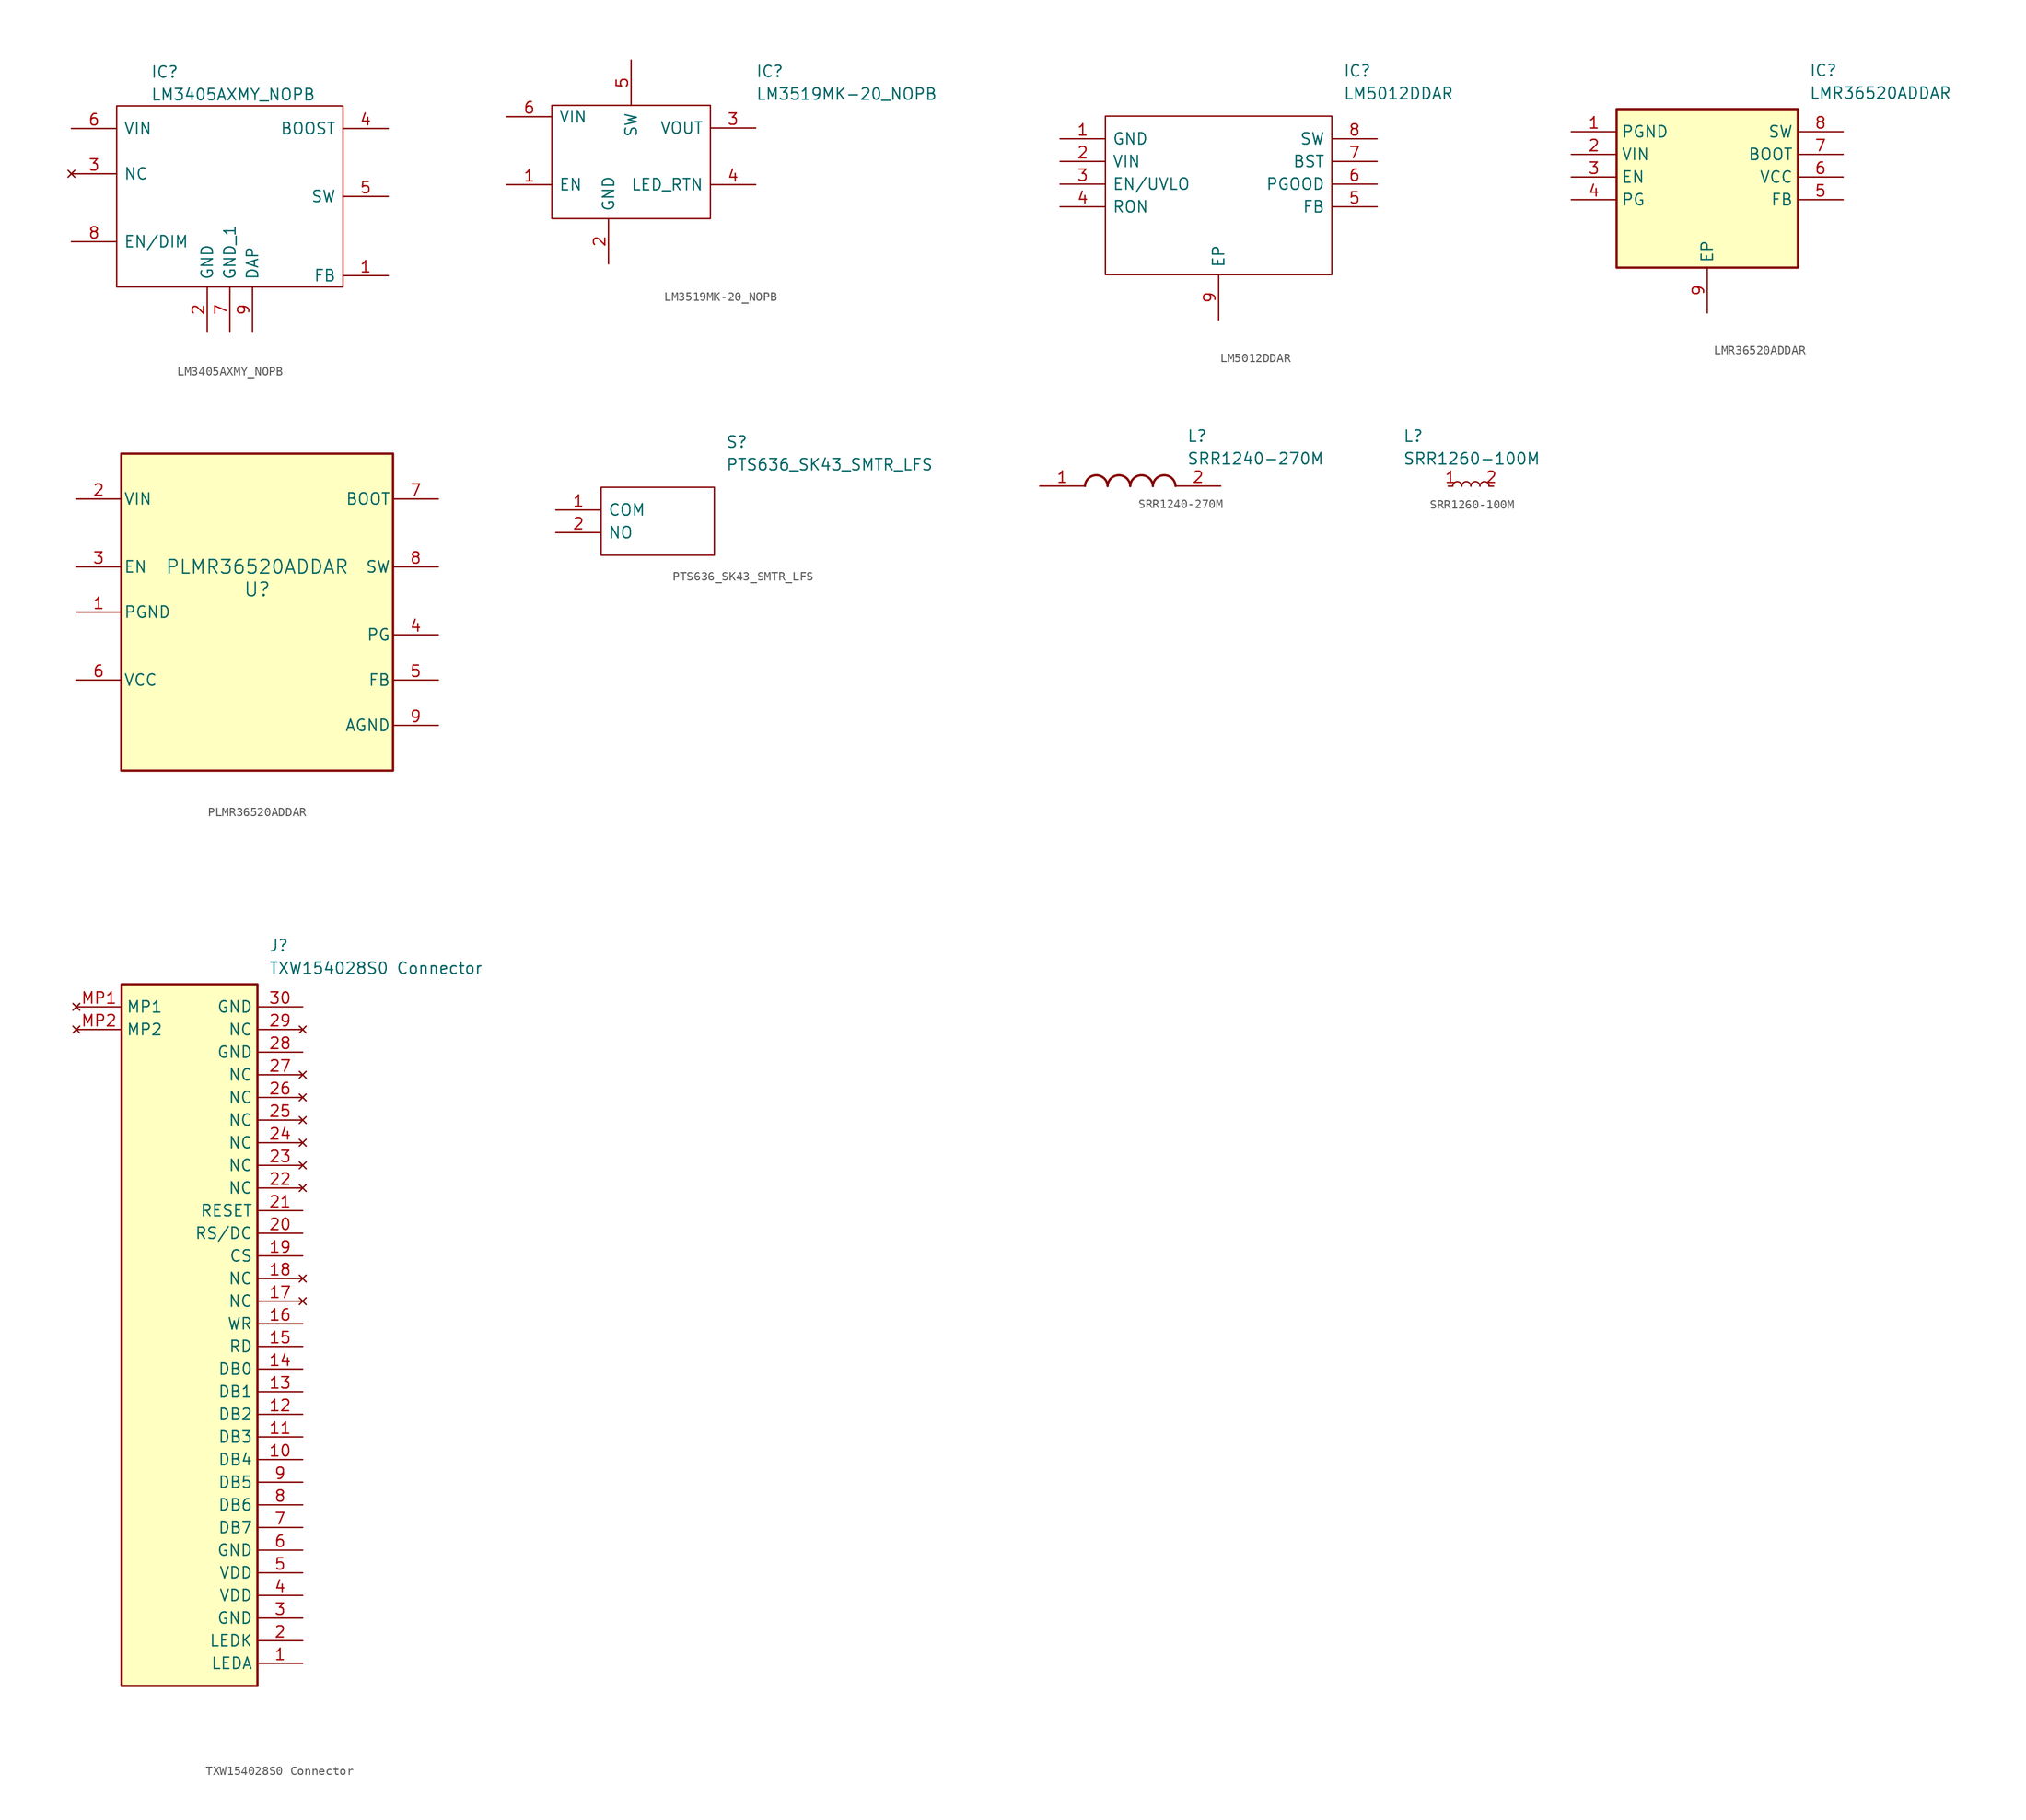
<source format=kicad_sym>
(kicad_symbol_lib
  (version 20220914)
  (generator kicad_symbol_editor)
  (symbol "LM3405AXMY_NOPB"
    (pin_names
      (offset 0.762))
    (property "Reference" "IC"
      (at -8.89 13.97 0)
      (effects (font (size 1.27 1.27)) (justify left)))
    (property "Value" "LM3405AXMY_NOPB"
      (at -8.89 11.43 0)
      (effects (font (size 1.27 1.27)) (justify left)))
    (symbol "LM3405AXMY_NOPB_0_0"
      (pin passive line (at 17.78 -8.89 180) (length 5.08) (name "FB" (effects (font (size 1.27 1.27)))) (number "1" (effects (font (size 1.27 1.27)))))
      (pin power_in line (at -2.54 -15.24 90) (length 5.08) (name "GND" (effects (font (size 1.27 1.27)))) (number "2" (effects (font (size 1.27 1.27)))))
      (pin no_connect line (at -17.78 2.54 0) (length 5.08) (name "NC" (effects (font (size 1.27 1.27)))) (number "3" (effects (font (size 1.27 1.27)))))
      (pin passive line (at 17.78 7.62 180) (length 5.08) (name "BOOST" (effects (font (size 1.27 1.27)))) (number "4" (effects (font (size 1.27 1.27)))))
      (pin passive line (at 17.78 0 180) (length 5.08) (name "SW" (effects (font (size 1.27 1.27)))) (number "5" (effects (font (size 1.27 1.27)))))
      (pin input line (at -17.78 7.62 0) (length 5.08) (name "VIN" (effects (font (size 1.27 1.27)))) (number "6" (effects (font (size 1.27 1.27)))))
      (pin power_in line (at 0 -15.24 90) (length 5.08) (name "GND_1" (effects (font (size 1.27 1.27)))) (number "7" (effects (font (size 1.27 1.27)))))
      (pin passive line (at -17.78 -5.08 0) (length 5.08) (name "EN/DIM" (effects (font (size 1.27 1.27)))) (number "8" (effects (font (size 1.27 1.27)))))
      (pin passive line (at 2.54 -15.24 90) (length 5.08) (name "DAP" (effects (font (size 1.27 1.27)))) (number "9" (effects (font (size 1.27 1.27))))))
    (symbol "LM3405AXMY_NOPB_0_1"
      (polyline (pts (xy -12.7 10.16) (xy 12.7 10.16) (xy 12.7 -10.16) (xy -12.7 -10.16) (xy -12.7 10.16)) (stroke (width 0.152) (type solid)) (fill (type none)))))
  (symbol "LM3519MK-20_NOPB"
    (pin_names
      (offset 0.762))
    (property "Reference" "IC"
      (at 13.97 10.16 0)
      (effects (font (size 1.27 1.27)) (justify left)))
    (property "Value" "LM3519MK-20_NOPB"
      (at 13.97 7.62 0)
      (effects (font (size 1.27 1.27)) (justify left)))
    (symbol "LM3519MK-20_NOPB_0_0"
      (pin passive line (at -13.97 -2.54 0) (length 5.08) (name "EN" (effects (font (size 1.27 1.27)))) (number "1" (effects (font (size 1.27 1.27)))))
      (pin passive line (at -2.54 -11.43 90) (length 5.08) (name "GND" (effects (font (size 1.27 1.27)))) (number "2" (effects (font (size 1.27 1.27)))))
      (pin passive line (at 13.97 3.81 180) (length 5.08) (name "VOUT" (effects (font (size 1.27 1.27)))) (number "3" (effects (font (size 1.27 1.27)))))
      (pin passive line (at 13.97 -2.54 180) (length 5.08) (name "LED_RTN" (effects (font (size 1.27 1.27)))) (number "4" (effects (font (size 1.27 1.27)))))
      (pin passive line (at 0 11.43 270) (length 5.08) (name "SW" (effects (font (size 1.27 1.27)))) (number "5" (effects (font (size 1.27 1.27)))))
      (pin passive line (at -13.97 5.08 0) (length 5.08) (name "VIN" (effects (font (size 1.27 1.27)))) (number "6" (effects (font (size 1.27 1.27))))))
    (symbol "LM3519MK-20_NOPB_0_1"
      (rectangle (start -8.89 6.35) (end 8.89 -6.35) (stroke (width 0) (type default)) (fill (type none)))))
  (symbol "LM5012DDAR"
    (pin_names
      (offset 0.762))
    (property "Reference" "IC"
      (at 31.75 7.62 0)
      (effects (font (size 1.27 1.27)) (justify left)))
    (property "Value" "LM5012DDAR"
      (at 31.75 5.08 0)
      (effects (font (size 1.27 1.27)) (justify left)))
    (symbol "LM5012DDAR_0_0"
      (pin passive line (at 0 0 0) (length 5.08) (name "GND" (effects (font (size 1.27 1.27)))) (number "1" (effects (font (size 1.27 1.27)))))
      (pin passive line (at 0 -2.54 0) (length 5.08) (name "VIN" (effects (font (size 1.27 1.27)))) (number "2" (effects (font (size 1.27 1.27)))))
      (pin passive line (at 0 -5.08 0) (length 5.08) (name "EN/UVLO" (effects (font (size 1.27 1.27)))) (number "3" (effects (font (size 1.27 1.27)))))
      (pin passive line (at 0 -7.62 0) (length 5.08) (name "RON" (effects (font (size 1.27 1.27)))) (number "4" (effects (font (size 1.27 1.27)))))
      (pin passive line (at 35.56 -7.62 180) (length 5.08) (name "FB" (effects (font (size 1.27 1.27)))) (number "5" (effects (font (size 1.27 1.27)))))
      (pin passive line (at 35.56 -5.08 180) (length 5.08) (name "PGOOD" (effects (font (size 1.27 1.27)))) (number "6" (effects (font (size 1.27 1.27)))))
      (pin passive line (at 35.56 -2.54 180) (length 5.08) (name "BST" (effects (font (size 1.27 1.27)))) (number "7" (effects (font (size 1.27 1.27)))))
      (pin passive line (at 35.56 0 180) (length 5.08) (name "SW" (effects (font (size 1.27 1.27)))) (number "8" (effects (font (size 1.27 1.27)))))
      (pin passive line (at 17.78 -20.32 90) (length 5.08) (name "EP" (effects (font (size 1.27 1.27)))) (number "9" (effects (font (size 1.27 1.27))))))
    (symbol "LM5012DDAR_0_1"
      (polyline (pts (xy 5.08 2.54) (xy 30.48 2.54) (xy 30.48 -15.24) (xy 5.08 -15.24) (xy 5.08 2.54)) (stroke (width 0.152) (type solid)) (fill (type none)))))
  (symbol "LMR36520ADDAR"
    (property "Reference" "IC"
      (at 26.67 7.62 0)
      (effects (font (size 1.27 1.27)) (justify left top)))
    (property "Value" "LMR36520ADDAR"
      (at 26.67 5.08 0)
      (effects (font (size 1.27 1.27)) (justify left top)))
    (symbol "LMR36520ADDAR_1_1"
      (rectangle (start 5.08 2.54) (end 25.4 -15.24) (stroke (width 0.254) (type default)) (fill (type background)))
      (pin passive line (at 0 0 0) (length 5.08) (name "PGND" (effects (font (size 1.27 1.27)))) (number "1" (effects (font (size 1.27 1.27)))))
      (pin passive line (at 0 -2.54 0) (length 5.08) (name "VIN" (effects (font (size 1.27 1.27)))) (number "2" (effects (font (size 1.27 1.27)))))
      (pin passive line (at 0 -5.08 0) (length 5.08) (name "EN" (effects (font (size 1.27 1.27)))) (number "3" (effects (font (size 1.27 1.27)))))
      (pin passive line (at 0 -7.62 0) (length 5.08) (name "PG" (effects (font (size 1.27 1.27)))) (number "4" (effects (font (size 1.27 1.27)))))
      (pin passive line (at 30.48 -7.62 180) (length 5.08) (name "FB" (effects (font (size 1.27 1.27)))) (number "5" (effects (font (size 1.27 1.27)))))
      (pin passive line (at 30.48 -5.08 180) (length 5.08) (name "VCC" (effects (font (size 1.27 1.27)))) (number "6" (effects (font (size 1.27 1.27)))))
      (pin passive line (at 30.48 -2.54 180) (length 5.08) (name "BOOT" (effects (font (size 1.27 1.27)))) (number "7" (effects (font (size 1.27 1.27)))))
      (pin passive line (at 30.48 0 180) (length 5.08) (name "SW" (effects (font (size 1.27 1.27)))) (number "8" (effects (font (size 1.27 1.27)))))
      (pin passive line (at 15.24 -20.32 90) (length 5.08) (name "EP" (effects (font (size 1.27 1.27)))) (number "9" (effects (font (size 1.27 1.27)))))))
  (symbol "PLMR36520ADDAR"
    (pin_names
      (offset 0.254))
    (property "Reference" "U"
      (at 0 2.54 0)
      (effects (font (size 1.524 1.524))))
    (property "Value" "PLMR36520ADDAR"
      (at 0 5.08 0)
      (effects (font (size 1.524 1.524))))
    (symbol "PLMR36520ADDAR_0_1"
      (pin power_in line (at -20.32 0 0) (length 5.08) (name "PGND" (effects (font (size 1.27 1.27)))) (number "1" (effects (font (size 1.27 1.27)))))
      (pin power_in line (at -20.32 12.7 0) (length 5.08) (name "VIN" (effects (font (size 1.27 1.27)))) (number "2" (effects (font (size 1.27 1.27)))))
      (pin input line (at -20.32 5.08 0) (length 5.08) (name "EN" (effects (font (size 1.27 1.27)))) (number "3" (effects (font (size 1.27 1.27)))))
      (pin open_collector line (at 20.32 -2.54 180) (length 5.08) (name "PG" (effects (font (size 1.27 1.27)))) (number "4" (effects (font (size 1.27 1.27)))))
      (pin input line (at 20.32 -7.62 180) (length 5.08) (name "FB" (effects (font (size 1.27 1.27)))) (number "5" (effects (font (size 1.27 1.27)))))
      (pin power_in line (at -20.32 -7.62 0) (length 5.08) (name "VCC" (effects (font (size 1.27 1.27)))) (number "6" (effects (font (size 1.27 1.27)))))
      (pin power_in line (at 20.32 12.7 180) (length 5.08) (name "BOOT" (effects (font (size 1.27 1.27)))) (number "7" (effects (font (size 1.27 1.27)))))
      (pin power_in line (at 20.32 5.08 180) (length 5.08) (name "SW" (effects (font (size 1.27 1.27)))) (number "8" (effects (font (size 1.27 1.27)))))
      (pin unspecified line (at 20.32 -12.7 180) (length 5.08) (name "AGND" (effects (font (size 1.27 1.27)))) (number "9" (effects (font (size 1.27 1.27))))))
    (symbol "PLMR36520ADDAR_1_1"
      (rectangle (start -15.24 17.78) (end 15.24 -17.78) (stroke (width 0.254) (type default)) (fill (type background)))))
  (symbol "PTS636_SK43_SMTR_LFS"
    (pin_names
      (offset 0.762))
    (property "Reference" "S"
      (at 19.05 7.62 0)
      (effects (font (size 1.27 1.27)) (justify left)))
    (property "Value" "PTS636_SK43_SMTR_LFS"
      (at 19.05 5.08 0)
      (effects (font (size 1.27 1.27)) (justify left)))
    (symbol "PTS636_SK43_SMTR_LFS_0_0"
      (pin passive line (at 0 0 0) (length 5.08) (name "COM" (effects (font (size 1.27 1.27)))) (number "1" (effects (font (size 1.27 1.27)))))
      (pin passive line (at 0 -2.54 0) (length 5.08) (name "NO" (effects (font (size 1.27 1.27)))) (number "2" (effects (font (size 1.27 1.27))))))
    (symbol "PTS636_SK43_SMTR_LFS_0_1"
      (polyline (pts (xy 5.08 2.54) (xy 17.78 2.54) (xy 17.78 -5.08) (xy 5.08 -5.08) (xy 5.08 2.54)) (stroke (width 0.152) (type solid)) (fill (type none)))))
  (symbol "SRR1240-270M"
    (pin_names hide)
    (property "Reference" "L"
      (at 16.51 6.35 0)
      (effects (font (size 1.27 1.27)) (justify left top)))
    (property "Value" "SRR1240-270M"
      (at 16.51 3.81 0)
      (effects (font (size 1.27 1.27)) (justify left top)))
    (symbol "SRR1240-270M_1_1"
      (arc (start 7.62 0) (mid 6.35 1.219) (end 5.08 0) (stroke (width 0.254) (type default)) (fill (type none)))
      (arc (start 10.16 0) (mid 8.89 1.219) (end 7.62 0) (stroke (width 0.254) (type default)) (fill (type none)))
      (arc (start 12.7 0) (mid 11.43 1.219) (end 10.16 0) (stroke (width 0.254) (type default)) (fill (type none)))
      (arc (start 15.24 0) (mid 13.97 1.219) (end 12.7 0) (stroke (width 0.254) (type default)) (fill (type none)))
      (pin passive line (at 0 0 0) (length 5.08) (name "1" (effects (font (size 1.27 1.27)))) (number "1" (effects (font (size 1.27 1.27)))))
      (pin passive line (at 20.32 0 180) (length 5.08) (name "2" (effects (font (size 1.27 1.27)))) (number "2" (effects (font (size 1.27 1.27)))))))
  (symbol "SRR1260-100M"
    (pin_names hide)
    (property "Reference" "L"
      (at -7.62 6.35 0)
      (effects (font (size 1.27 1.27)) (justify left top)))
    (property "Value" "SRR1260-100M"
      (at -7.62 3.81 0)
      (effects (font (size 1.27 1.27)) (justify left top)))
    (symbol "SRR1260-100M_0_1"
      (arc (start -1.016 0) (mid -1.524 0.5058) (end -2.032 0) (stroke (width 0) (type default)) (fill (type none)))
      (arc (start 0 0) (mid -0.508 0.5058) (end -1.016 0) (stroke (width 0) (type default)) (fill (type none)))
      (arc (start 1.016 0) (mid 0.508 0.5058) (end 0 0) (stroke (width 0) (type default)) (fill (type none)))
      (arc (start 2.032 0) (mid 1.524 0.5058) (end 1.016 0) (stroke (width 0) (type default)) (fill (type none))))
    (symbol "SRR1260-100M_1_1"
      (pin passive line (at -2.54 0 0) (length 0.508) (name "~" (effects (font (size 1.27 1.27)))) (number "1" (effects (font (size 1.27 1.27)))))
      (pin passive line (at 2.54 0 180) (length 0.508) (name "~" (effects (font (size 1.27 1.27)))) (number "2" (effects (font (size 1.27 1.27)))))))
  (symbol "TXW154028S0 Connector"
    (property "Reference" "J"
      (at 21.59 7.62 0)
      (effects (font (size 1.27 1.27)) (justify left top)))
    (property "Value" "TXW154028S0 Connector"
      (at 21.59 5.08 0)
      (effects (font (size 1.27 1.27)) (justify left top)))
    (symbol "TXW154028S0 Connector_1_1"
      (rectangle (start 5.08 2.54) (end 20.32 -76.2) (stroke (width 0.254) (type default)) (fill (type background)))
      (pin power_in line (at 25.4 -73.66 180) (length 5.08) (name "LEDA" (effects (font (size 1.27 1.27)))) (number "1" (effects (font (size 1.27 1.27)))))
      (pin bidirectional line (at 25.4 -50.8 180) (length 5.08) (name "DB4" (effects (font (size 1.27 1.27)))) (number "10" (effects (font (size 1.27 1.27)))))
      (pin bidirectional line (at 25.4 -48.26 180) (length 5.08) (name "DB3" (effects (font (size 1.27 1.27)))) (number "11" (effects (font (size 1.27 1.27)))))
      (pin bidirectional line (at 25.4 -45.72 180) (length 5.08) (name "DB2" (effects (font (size 1.27 1.27)))) (number "12" (effects (font (size 1.27 1.27)))))
      (pin bidirectional line (at 25.4 -43.18 180) (length 5.08) (name "DB1" (effects (font (size 1.27 1.27)))) (number "13" (effects (font (size 1.27 1.27)))))
      (pin bidirectional line (at 25.4 -40.64 180) (length 5.08) (name "DB0" (effects (font (size 1.27 1.27)))) (number "14" (effects (font (size 1.27 1.27)))))
      (pin input line (at 25.4 -38.1 180) (length 5.08) (name "RD" (effects (font (size 1.27 1.27)))) (number "15" (effects (font (size 1.27 1.27)))))
      (pin input line (at 25.4 -35.56 180) (length 5.08) (name "WR" (effects (font (size 1.27 1.27)))) (number "16" (effects (font (size 1.27 1.27)))))
      (pin no_connect line (at 25.4 -33.02 180) (length 5.08) (name "NC" (effects (font (size 1.27 1.27)))) (number "17" (effects (font (size 1.27 1.27)))))
      (pin no_connect line (at 25.4 -30.48 180) (length 5.08) (name "NC" (effects (font (size 1.27 1.27)))) (number "18" (effects (font (size 1.27 1.27)))))
      (pin input line (at 25.4 -27.94 180) (length 5.08) (name "CS" (effects (font (size 1.27 1.27)))) (number "19" (effects (font (size 1.27 1.27)))))
      (pin power_in line (at 25.4 -71.12 180) (length 5.08) (name "LEDK" (effects (font (size 1.27 1.27)))) (number "2" (effects (font (size 1.27 1.27)))))
      (pin input line (at 25.4 -25.4 180) (length 5.08) (name "RS/DC" (effects (font (size 1.27 1.27)))) (number "20" (effects (font (size 1.27 1.27)))))
      (pin input line (at 25.4 -22.86 180) (length 5.08) (name "RESET" (effects (font (size 1.27 1.27)))) (number "21" (effects (font (size 1.27 1.27)))))
      (pin no_connect line (at 25.4 -20.32 180) (length 5.08) (name "NC" (effects (font (size 1.27 1.27)))) (number "22" (effects (font (size 1.27 1.27)))))
      (pin no_connect line (at 25.4 -17.78 180) (length 5.08) (name "NC" (effects (font (size 1.27 1.27)))) (number "23" (effects (font (size 1.27 1.27)))))
      (pin no_connect line (at 25.4 -15.24 180) (length 5.08) (name "NC" (effects (font (size 1.27 1.27)))) (number "24" (effects (font (size 1.27 1.27)))))
      (pin no_connect line (at 25.4 -12.7 180) (length 5.08) (name "NC" (effects (font (size 1.27 1.27)))) (number "25" (effects (font (size 1.27 1.27)))))
      (pin no_connect line (at 25.4 -10.16 180) (length 5.08) (name "NC" (effects (font (size 1.27 1.27)))) (number "26" (effects (font (size 1.27 1.27)))))
      (pin no_connect line (at 25.4 -7.62 180) (length 5.08) (name "NC" (effects (font (size 1.27 1.27)))) (number "27" (effects (font (size 1.27 1.27)))))
      (pin power_in line (at 25.4 -5.08 180) (length 5.08) (name "GND" (effects (font (size 1.27 1.27)))) (number "28" (effects (font (size 1.27 1.27)))))
      (pin no_connect line (at 25.4 -2.54 180) (length 5.08) (name "NC" (effects (font (size 1.27 1.27)))) (number "29" (effects (font (size 1.27 1.27)))))
      (pin power_in line (at 25.4 -68.58 180) (length 5.08) (name "GND" (effects (font (size 1.27 1.27)))) (number "3" (effects (font (size 1.27 1.27)))))
      (pin power_in line (at 25.4 0 180) (length 5.08) (name "GND" (effects (font (size 1.27 1.27)))) (number "30" (effects (font (size 1.27 1.27)))))
      (pin power_in line (at 25.4 -66.04 180) (length 5.08) (name "VDD" (effects (font (size 1.27 1.27)))) (number "4" (effects (font (size 1.27 1.27)))))
      (pin power_in line (at 25.4 -63.5 180) (length 5.08) (name "VDD" (effects (font (size 1.27 1.27)))) (number "5" (effects (font (size 1.27 1.27)))))
      (pin power_in line (at 25.4 -60.96 180) (length 5.08) (name "GND" (effects (font (size 1.27 1.27)))) (number "6" (effects (font (size 1.27 1.27)))))
      (pin bidirectional line (at 25.4 -58.42 180) (length 5.08) (name "DB7" (effects (font (size 1.27 1.27)))) (number "7" (effects (font (size 1.27 1.27)))))
      (pin bidirectional line (at 25.4 -55.88 180) (length 5.08) (name "DB6" (effects (font (size 1.27 1.27)))) (number "8" (effects (font (size 1.27 1.27)))))
      (pin bidirectional line (at 25.4 -53.34 180) (length 5.08) (name "DB5" (effects (font (size 1.27 1.27)))) (number "9" (effects (font (size 1.27 1.27)))))
      (pin no_connect line (at 0 0 0) (length 5.08) (name "MP1" (effects (font (size 1.27 1.27)))) (number "MP1" (effects (font (size 1.27 1.27)))))
      (pin no_connect line (at 0 -2.54 0) (length 5.08) (name "MP2" (effects (font (size 1.27 1.27)))) (number "MP2" (effects (font (size 1.27 1.27))))))))
</source>
